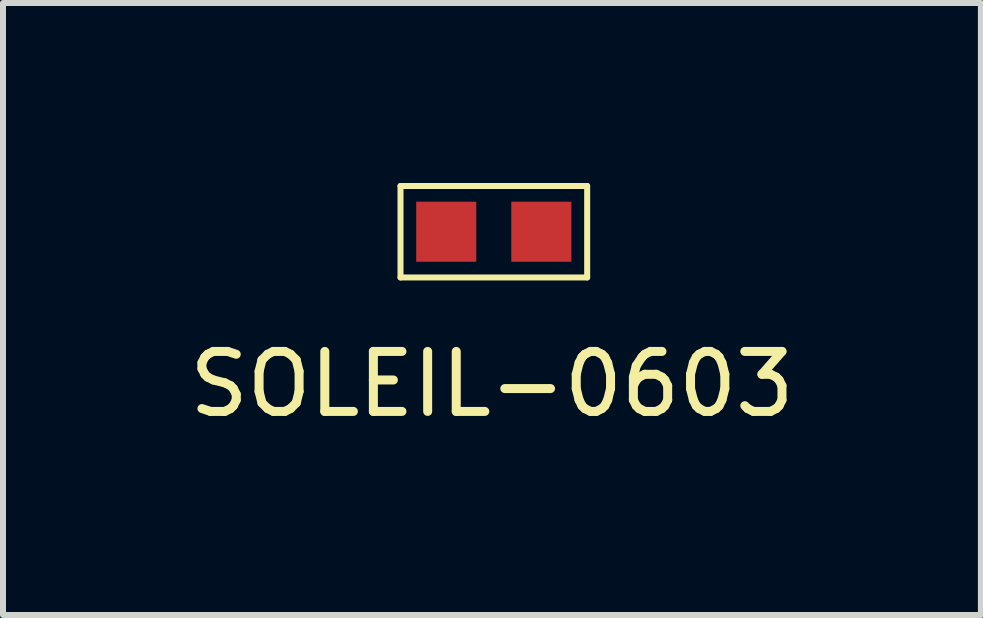
<source format=kicad_pcb>
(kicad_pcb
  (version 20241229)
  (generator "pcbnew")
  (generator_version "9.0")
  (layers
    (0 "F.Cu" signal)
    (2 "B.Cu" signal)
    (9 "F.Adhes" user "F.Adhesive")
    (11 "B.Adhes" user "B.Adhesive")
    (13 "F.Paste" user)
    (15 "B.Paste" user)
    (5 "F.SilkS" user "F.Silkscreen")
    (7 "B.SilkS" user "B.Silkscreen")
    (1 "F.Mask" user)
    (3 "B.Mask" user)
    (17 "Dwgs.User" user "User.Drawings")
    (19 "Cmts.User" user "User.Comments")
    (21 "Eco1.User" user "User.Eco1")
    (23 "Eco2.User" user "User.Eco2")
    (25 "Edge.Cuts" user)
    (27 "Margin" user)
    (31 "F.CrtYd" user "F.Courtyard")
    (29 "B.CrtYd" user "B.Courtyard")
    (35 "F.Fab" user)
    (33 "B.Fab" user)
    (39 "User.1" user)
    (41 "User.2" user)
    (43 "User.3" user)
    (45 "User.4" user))
  (footprint "SOLEIL-0603"
    (layer "F.Cu")
    (at 4.387 0.812)
    (property "Reference" "SOLEIL-0603" (at 0.762 2.54 0) (layer "F.SilkS") (effects (font (size 1 1) (thickness 0.15))))
    (attr through_hole)
    (fp_line (start -0.762 -0.762) (end 2.349 -0.762) (stroke (width 0.1) (type solid)) (layer "F.SilkS"))
    (fp_line (start -0.762 0.762) (end -0.762 -0.762) (stroke (width 0.1) (type solid)) (layer "F.SilkS"))
    (fp_line (start -0.762 0.762) (end 2.349 0.762) (stroke (width 0.1) (type solid)) (layer "F.SilkS"))
    (fp_line (start 2.349 -0.762) (end 2.349 0.762) (stroke (width 0.1) (type solid)) (layer "F.SilkS"))
    (pad "1" smd rect (at 0 0) (size 1.001 1.001) (layers "F.Cu" "F.Mask" "F.Paste"))
    (pad "2" smd rect (at 1.585 0) (size 1.001 1.001) (layers "F.Cu" "F.Mask" "F.Paste")))
  (gr_rect
    (start -3 -3)
    (end 13.298 7.2)
    (stroke (width 0.1) (type default))
    (fill no)
    (layer "Edge.Cuts")))
</source>
